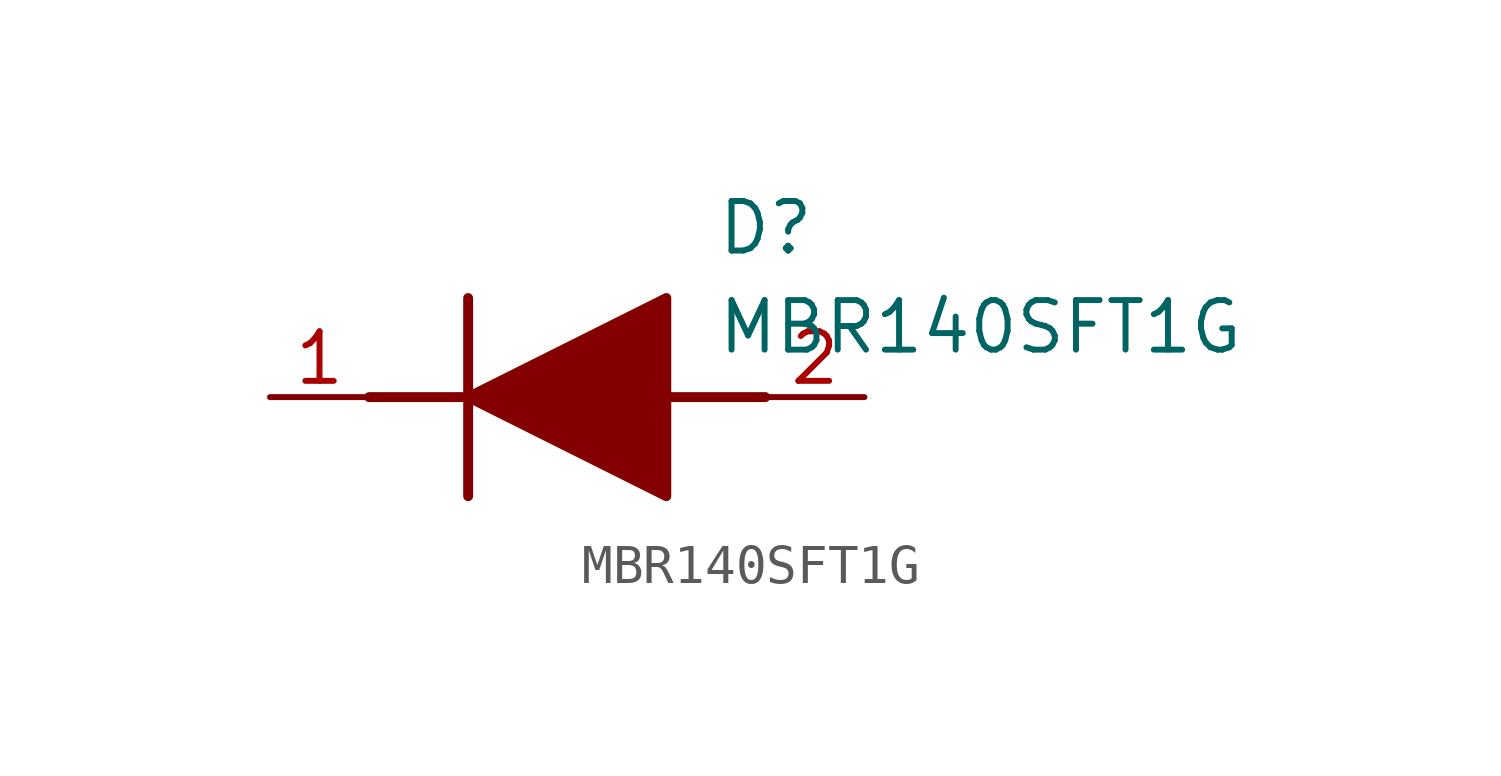
<source format=kicad_sym>
(kicad_symbol_lib
  (version 20220914)
  (generator kicad_symbol_editor)
  (symbol "MBR140SFT1G"
    (pin_names hide)
    (property "Reference" "D"
      (at 11.43 5.08 0)
      (effects (font (size 1.27 1.27)) (justify left top)))
    (property "Value" "MBR140SFT1G"
      (at 11.43 2.54 0)
      (effects (font (size 1.27 1.27)) (justify left top)))
    (symbol "MBR140SFT1G_1_1"
      (polyline (pts (xy 2.54 0) (xy 5.08 0)) (stroke (width 0.254) (type default)) (fill (type none)))
      (polyline (pts (xy 5.08 2.54) (xy 5.08 -2.54)) (stroke (width 0.254) (type default)) (fill (type none)))
      (polyline (pts (xy 10.16 0) (xy 12.7 0)) (stroke (width 0.254) (type default)) (fill (type none)))
      (polyline (pts (xy 5.08 0) (xy 10.16 2.54) (xy 10.16 -2.54) (xy 5.08 0)) (stroke (width 0.254) (type default)) (fill (type outline)))
      (pin passive line (at 0 0 0) (length 2.54) (name "K" (effects (font (size 1.27 1.27)))) (number "1" (effects (font (size 1.27 1.27)))))
      (pin passive line (at 15.24 0 180) (length 2.54) (name "A" (effects (font (size 1.27 1.27)))) (number "2" (effects (font (size 1.27 1.27))))))))
</source>
